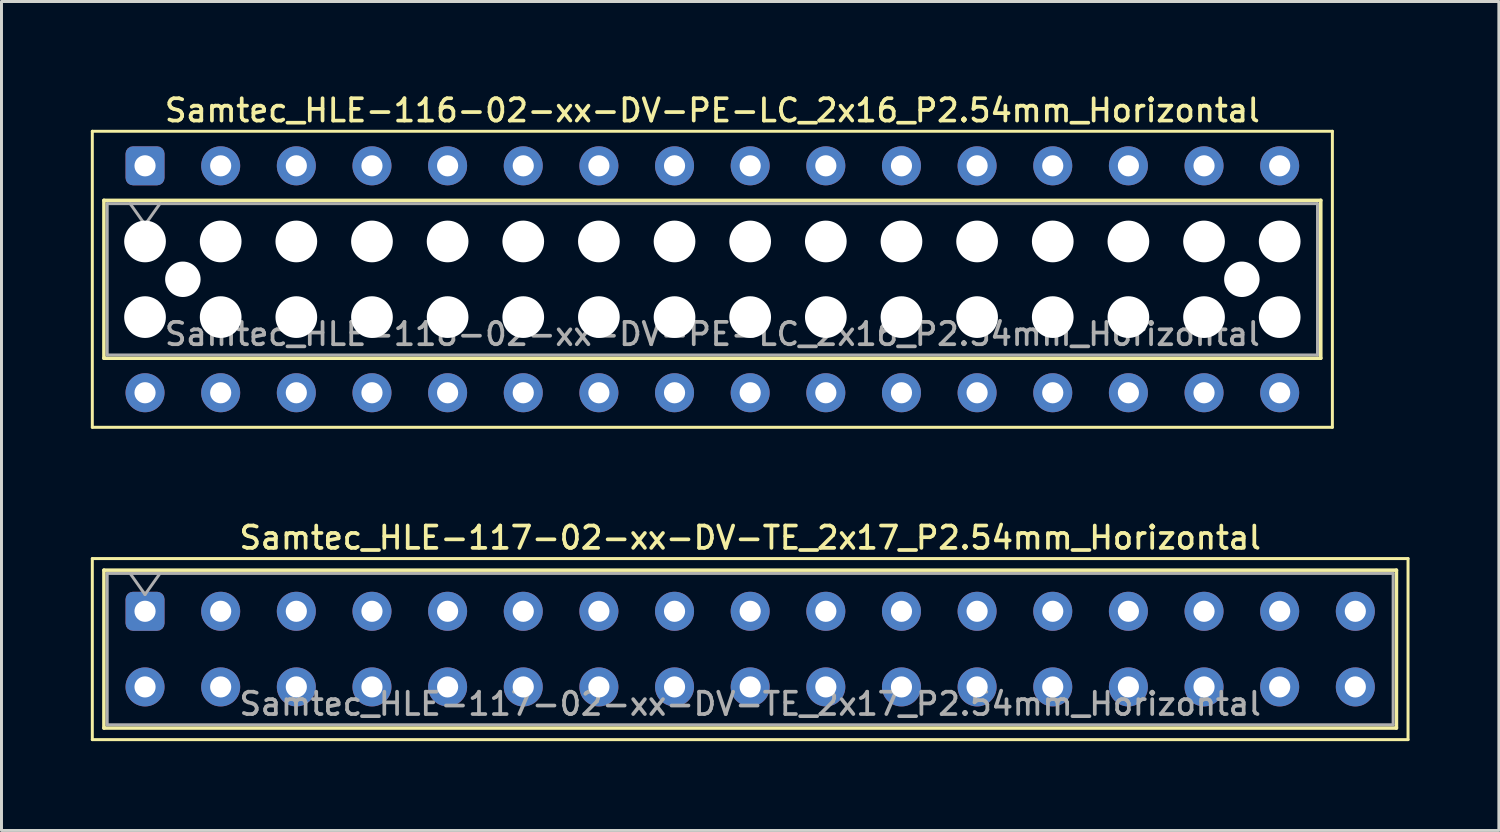
<source format=kicad_pcb>
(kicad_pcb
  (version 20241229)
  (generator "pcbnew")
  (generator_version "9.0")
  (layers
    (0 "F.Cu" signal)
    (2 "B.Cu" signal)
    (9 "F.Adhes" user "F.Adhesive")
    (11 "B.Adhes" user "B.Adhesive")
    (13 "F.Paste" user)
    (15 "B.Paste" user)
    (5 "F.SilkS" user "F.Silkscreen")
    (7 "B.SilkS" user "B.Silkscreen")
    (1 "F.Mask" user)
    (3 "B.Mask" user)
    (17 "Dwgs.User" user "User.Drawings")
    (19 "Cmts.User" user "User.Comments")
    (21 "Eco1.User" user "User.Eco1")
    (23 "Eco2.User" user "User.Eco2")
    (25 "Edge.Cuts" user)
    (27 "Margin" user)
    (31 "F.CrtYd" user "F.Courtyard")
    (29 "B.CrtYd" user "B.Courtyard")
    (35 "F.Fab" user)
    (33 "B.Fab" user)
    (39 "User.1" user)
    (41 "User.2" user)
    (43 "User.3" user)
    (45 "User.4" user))
  (footprint "Samtec_HLE-117-02-xx-DV-TE_2x17_P2.54mm_Horizontal"
    (layer "F.Cu")
    (at 1.82 17.476)
    (property "Reference" "Samtec_HLE-117-02-xx-DV-TE_2x17_P2.54mm_Horizontal" (at 20.32 -2.47 0) (layer "F.SilkS") (effects (font (size 0.75 0.75) (thickness 0.125))))
    (attr through_hole)
    (fp_line (start -1.77 -1.77) (end 42.41 -1.77) (stroke (width 0.1) (type solid)) (layer "F.SilkS"))
    (fp_line (start -1.77 4.31) (end -1.77 -1.77) (stroke (width 0.1) (type solid)) (layer "F.SilkS"))
    (fp_line (start -1.38 -1.38) (end 42.02 -1.38) (stroke (width 0.12) (type solid)) (layer "F.SilkS"))
    (fp_line (start -1.38 3.92) (end -1.38 -1.38) (stroke (width 0.12) (type solid)) (layer "F.SilkS"))
    (fp_line (start 42.02 -1.38) (end 42.02 3.92) (stroke (width 0.12) (type solid)) (layer "F.SilkS"))
    (fp_line (start 42.02 3.92) (end -1.38 3.92) (stroke (width 0.12) (type solid)) (layer "F.SilkS"))
    (fp_line (start 42.41 -1.77) (end 42.41 4.31) (stroke (width 0.1) (type solid)) (layer "F.SilkS"))
    (fp_line (start 42.41 4.31) (end -1.77 4.31) (stroke (width 0.1) (type solid)) (layer "F.SilkS"))
    (fp_line (start -1.27 -1.27) (end 41.91 -1.27) (stroke (width 0.1) (type solid)) (layer "F.Fab"))
    (fp_line (start -1.27 3.81) (end -1.27 -1.27) (stroke (width 0.1) (type solid)) (layer "F.Fab"))
    (fp_line (start -0.5 -1.27) (end 0 -0.563) (stroke (width 0.1) (type solid)) (layer "F.Fab"))
    (fp_line (start 0 -0.563) (end 0.5 -1.27) (stroke (width 0.1) (type solid)) (layer "F.Fab"))
    (fp_line (start 41.91 -1.27) (end 41.91 3.81) (stroke (width 0.1) (type solid)) (layer "F.Fab"))
    (fp_line (start 41.91 3.81) (end -1.27 3.81) (stroke (width 0.1) (type solid)) (layer "F.Fab"))
    (fp_text user "${REFERENCE}" (at 20.32 3.11 0) (layer "F.Fab") (effects (font (size 0.75 0.75) (thickness 0.125))))
    (pad "1" thru_hole roundrect (at 0 0) (size 1.31 1.31) (drill 0.71) (layers "*.Cu" "*.Mask") (roundrect_rratio 0.191))
    (pad "2" thru_hole circle (at 0 2.54) (size 1.31 1.31) (drill 0.71) (layers "*.Cu" "*.Mask"))
    (pad "3" thru_hole circle (at 2.54 0) (size 1.31 1.31) (drill 0.71) (layers "*.Cu" "*.Mask"))
    (pad "4" thru_hole circle (at 2.54 2.54) (size 1.31 1.31) (drill 0.71) (layers "*.Cu" "*.Mask"))
    (pad "5" thru_hole circle (at 5.08 0) (size 1.31 1.31) (drill 0.71) (layers "*.Cu" "*.Mask"))
    (pad "6" thru_hole circle (at 5.08 2.54) (size 1.31 1.31) (drill 0.71) (layers "*.Cu" "*.Mask"))
    (pad "7" thru_hole circle (at 7.62 0) (size 1.31 1.31) (drill 0.71) (layers "*.Cu" "*.Mask"))
    (pad "8" thru_hole circle (at 7.62 2.54) (size 1.31 1.31) (drill 0.71) (layers "*.Cu" "*.Mask"))
    (pad "9" thru_hole circle (at 10.16 0) (size 1.31 1.31) (drill 0.71) (layers "*.Cu" "*.Mask"))
    (pad "10" thru_hole circle (at 10.16 2.54) (size 1.31 1.31) (drill 0.71) (layers "*.Cu" "*.Mask"))
    (pad "11" thru_hole circle (at 12.7 0) (size 1.31 1.31) (drill 0.71) (layers "*.Cu" "*.Mask"))
    (pad "12" thru_hole circle (at 12.7 2.54) (size 1.31 1.31) (drill 0.71) (layers "*.Cu" "*.Mask"))
    (pad "13" thru_hole circle (at 15.24 0) (size 1.31 1.31) (drill 0.71) (layers "*.Cu" "*.Mask"))
    (pad "14" thru_hole circle (at 15.24 2.54) (size 1.31 1.31) (drill 0.71) (layers "*.Cu" "*.Mask"))
    (pad "15" thru_hole circle (at 17.78 0) (size 1.31 1.31) (drill 0.71) (layers "*.Cu" "*.Mask"))
    (pad "16" thru_hole circle (at 17.78 2.54) (size 1.31 1.31) (drill 0.71) (layers "*.Cu" "*.Mask"))
    (pad "17" thru_hole circle (at 20.32 0) (size 1.31 1.31) (drill 0.71) (layers "*.Cu" "*.Mask"))
    (pad "18" thru_hole circle (at 20.32 2.54) (size 1.31 1.31) (drill 0.71) (layers "*.Cu" "*.Mask"))
    (pad "19" thru_hole circle (at 22.86 0) (size 1.31 1.31) (drill 0.71) (layers "*.Cu" "*.Mask"))
    (pad "20" thru_hole circle (at 22.86 2.54) (size 1.31 1.31) (drill 0.71) (layers "*.Cu" "*.Mask"))
    (pad "21" thru_hole circle (at 25.4 0) (size 1.31 1.31) (drill 0.71) (layers "*.Cu" "*.Mask"))
    (pad "22" thru_hole circle (at 25.4 2.54) (size 1.31 1.31) (drill 0.71) (layers "*.Cu" "*.Mask"))
    (pad "23" thru_hole circle (at 27.94 0) (size 1.31 1.31) (drill 0.71) (layers "*.Cu" "*.Mask"))
    (pad "24" thru_hole circle (at 27.94 2.54) (size 1.31 1.31) (drill 0.71) (layers "*.Cu" "*.Mask"))
    (pad "25" thru_hole circle (at 30.48 0) (size 1.31 1.31) (drill 0.71) (layers "*.Cu" "*.Mask"))
    (pad "26" thru_hole circle (at 30.48 2.54) (size 1.31 1.31) (drill 0.71) (layers "*.Cu" "*.Mask"))
    (pad "27" thru_hole circle (at 33.02 0) (size 1.31 1.31) (drill 0.71) (layers "*.Cu" "*.Mask"))
    (pad "28" thru_hole circle (at 33.02 2.54) (size 1.31 1.31) (drill 0.71) (layers "*.Cu" "*.Mask"))
    (pad "29" thru_hole circle (at 35.56 0) (size 1.31 1.31) (drill 0.71) (layers "*.Cu" "*.Mask"))
    (pad "30" thru_hole circle (at 35.56 2.54) (size 1.31 1.31) (drill 0.71) (layers "*.Cu" "*.Mask"))
    (pad "31" thru_hole circle (at 38.1 0) (size 1.31 1.31) (drill 0.71) (layers "*.Cu" "*.Mask"))
    (pad "32" thru_hole circle (at 38.1 2.54) (size 1.31 1.31) (drill 0.71) (layers "*.Cu" "*.Mask"))
    (pad "33" thru_hole circle (at 40.64 0) (size 1.31 1.31) (drill 0.71) (layers "*.Cu" "*.Mask"))
    (pad "34" thru_hole circle (at 40.64 2.54) (size 1.31 1.31) (drill 0.71) (layers "*.Cu" "*.Mask")))
  (footprint "Samtec_HLE-116-02-xx-DV-PE-LC_2x16_P2.54mm_Horizontal"
    (layer "F.Cu")
    (at 1.82 2.518)
    (property "Reference" "Samtec_HLE-116-02-xx-DV-PE-LC_2x16_P2.54mm_Horizontal" (at 19.05 -1.86 0) (layer "F.SilkS") (effects (font (size 0.75 0.75) (thickness 0.125))))
    (attr through_hole)
    (fp_line (start -1.77 -1.16) (end 39.87 -1.16) (stroke (width 0.1) (type solid)) (layer "F.SilkS"))
    (fp_line (start -1.77 8.78) (end -1.77 -1.16) (stroke (width 0.1) (type solid)) (layer "F.SilkS"))
    (fp_line (start -1.38 1.16) (end 39.48 1.16) (stroke (width 0.12) (type solid)) (layer "F.SilkS"))
    (fp_line (start -1.38 6.46) (end -1.38 1.16) (stroke (width 0.12) (type solid)) (layer "F.SilkS"))
    (fp_line (start 39.48 1.16) (end 39.48 6.46) (stroke (width 0.12) (type solid)) (layer "F.SilkS"))
    (fp_line (start 39.48 6.46) (end -1.38 6.46) (stroke (width 0.12) (type solid)) (layer "F.SilkS"))
    (fp_line (start 39.87 -1.16) (end 39.87 8.78) (stroke (width 0.1) (type solid)) (layer "F.SilkS"))
    (fp_line (start 39.87 8.78) (end -1.77 8.78) (stroke (width 0.1) (type solid)) (layer "F.SilkS"))
    (fp_line (start -1.27 1.27) (end 39.37 1.27) (stroke (width 0.1) (type solid)) (layer "F.Fab"))
    (fp_line (start -1.27 6.35) (end -1.27 1.27) (stroke (width 0.1) (type solid)) (layer "F.Fab"))
    (fp_line (start -0.5 1.27) (end 0 1.977) (stroke (width 0.1) (type solid)) (layer "F.Fab"))
    (fp_line (start 0 1.977) (end 0.5 1.27) (stroke (width 0.1) (type solid)) (layer "F.Fab"))
    (fp_line (start 39.37 1.27) (end 39.37 6.35) (stroke (width 0.1) (type solid)) (layer "F.Fab"))
    (fp_line (start 39.37 6.35) (end -1.27 6.35) (stroke (width 0.1) (type solid)) (layer "F.Fab"))
    (fp_text user "${REFERENCE}" (at 19.05 5.65 0) (layer "F.Fab") (effects (font (size 0.75 0.75) (thickness 0.125))))
    (pad "" np_thru_hole circle (at 0 2.54) (size 1.4 1.4) (drill 1.4) (layers "*.Cu" "*.Mask"))
    (pad "" np_thru_hole circle (at 0 5.08) (size 1.4 1.4) (drill 1.4) (layers "*.Cu" "*.Mask"))
    (pad "" np_thru_hole circle (at 1.27 3.81) (size 1.19 1.19) (drill 1.19) (layers "*.Cu" "*.Mask"))
    (pad "" np_thru_hole circle (at 2.54 2.54) (size 1.4 1.4) (drill 1.4) (layers "*.Cu" "*.Mask"))
    (pad "" np_thru_hole circle (at 2.54 5.08) (size 1.4 1.4) (drill 1.4) (layers "*.Cu" "*.Mask"))
    (pad "" np_thru_hole circle (at 5.08 2.54) (size 1.4 1.4) (drill 1.4) (layers "*.Cu" "*.Mask"))
    (pad "" np_thru_hole circle (at 5.08 5.08) (size 1.4 1.4) (drill 1.4) (layers "*.Cu" "*.Mask"))
    (pad "" np_thru_hole circle (at 7.62 2.54) (size 1.4 1.4) (drill 1.4) (layers "*.Cu" "*.Mask"))
    (pad "" np_thru_hole circle (at 7.62 5.08) (size 1.4 1.4) (drill 1.4) (layers "*.Cu" "*.Mask"))
    (pad "" np_thru_hole circle (at 10.16 2.54) (size 1.4 1.4) (drill 1.4) (layers "*.Cu" "*.Mask"))
    (pad "" np_thru_hole circle (at 10.16 5.08) (size 1.4 1.4) (drill 1.4) (layers "*.Cu" "*.Mask"))
    (pad "" np_thru_hole circle (at 12.7 2.54) (size 1.4 1.4) (drill 1.4) (layers "*.Cu" "*.Mask"))
    (pad "" np_thru_hole circle (at 12.7 5.08) (size 1.4 1.4) (drill 1.4) (layers "*.Cu" "*.Mask"))
    (pad "" np_thru_hole circle (at 15.24 2.54) (size 1.4 1.4) (drill 1.4) (layers "*.Cu" "*.Mask"))
    (pad "" np_thru_hole circle (at 15.24 5.08) (size 1.4 1.4) (drill 1.4) (layers "*.Cu" "*.Mask"))
    (pad "" np_thru_hole circle (at 17.78 2.54) (size 1.4 1.4) (drill 1.4) (layers "*.Cu" "*.Mask"))
    (pad "" np_thru_hole circle (at 17.78 5.08) (size 1.4 1.4) (drill 1.4) (layers "*.Cu" "*.Mask"))
    (pad "" np_thru_hole circle (at 20.32 2.54) (size 1.4 1.4) (drill 1.4) (layers "*.Cu" "*.Mask"))
    (pad "" np_thru_hole circle (at 20.32 5.08) (size 1.4 1.4) (drill 1.4) (layers "*.Cu" "*.Mask"))
    (pad "" np_thru_hole circle (at 22.86 2.54) (size 1.4 1.4) (drill 1.4) (layers "*.Cu" "*.Mask"))
    (pad "" np_thru_hole circle (at 22.86 5.08) (size 1.4 1.4) (drill 1.4) (layers "*.Cu" "*.Mask"))
    (pad "" np_thru_hole circle (at 25.4 2.54) (size 1.4 1.4) (drill 1.4) (layers "*.Cu" "*.Mask"))
    (pad "" np_thru_hole circle (at 25.4 5.08) (size 1.4 1.4) (drill 1.4) (layers "*.Cu" "*.Mask"))
    (pad "" np_thru_hole circle (at 27.94 2.54) (size 1.4 1.4) (drill 1.4) (layers "*.Cu" "*.Mask"))
    (pad "" np_thru_hole circle (at 27.94 5.08) (size 1.4 1.4) (drill 1.4) (layers "*.Cu" "*.Mask"))
    (pad "" np_thru_hole circle (at 30.48 2.54) (size 1.4 1.4) (drill 1.4) (layers "*.Cu" "*.Mask"))
    (pad "" np_thru_hole circle (at 30.48 5.08) (size 1.4 1.4) (drill 1.4) (layers "*.Cu" "*.Mask"))
    (pad "" np_thru_hole circle (at 33.02 2.54) (size 1.4 1.4) (drill 1.4) (layers "*.Cu" "*.Mask"))
    (pad "" np_thru_hole circle (at 33.02 5.08) (size 1.4 1.4) (drill 1.4) (layers "*.Cu" "*.Mask"))
    (pad "" np_thru_hole circle (at 35.56 2.54) (size 1.4 1.4) (drill 1.4) (layers "*.Cu" "*.Mask"))
    (pad "" np_thru_hole circle (at 35.56 5.08) (size 1.4 1.4) (drill 1.4) (layers "*.Cu" "*.Mask"))
    (pad "" np_thru_hole circle (at 36.83 3.81) (size 1.19 1.19) (drill 1.19) (layers "*.Cu" "*.Mask"))
    (pad "" np_thru_hole circle (at 38.1 2.54) (size 1.4 1.4) (drill 1.4) (layers "*.Cu" "*.Mask"))
    (pad "" np_thru_hole circle (at 38.1 5.08) (size 1.4 1.4) (drill 1.4) (layers "*.Cu" "*.Mask"))
    (pad "1" thru_hole roundrect (at 0 0) (size 1.31 1.31) (drill 0.71) (layers "*.Cu" "*.Mask") (roundrect_rratio 0.191))
    (pad "2" thru_hole circle (at 0 7.62) (size 1.31 1.31) (drill 0.71) (layers "*.Cu" "*.Mask"))
    (pad "3" thru_hole circle (at 2.54 0) (size 1.31 1.31) (drill 0.71) (layers "*.Cu" "*.Mask"))
    (pad "4" thru_hole circle (at 2.54 7.62) (size 1.31 1.31) (drill 0.71) (layers "*.Cu" "*.Mask"))
    (pad "5" thru_hole circle (at 5.08 0) (size 1.31 1.31) (drill 0.71) (layers "*.Cu" "*.Mask"))
    (pad "6" thru_hole circle (at 5.08 7.62) (size 1.31 1.31) (drill 0.71) (layers "*.Cu" "*.Mask"))
    (pad "7" thru_hole circle (at 7.62 0) (size 1.31 1.31) (drill 0.71) (layers "*.Cu" "*.Mask"))
    (pad "8" thru_hole circle (at 7.62 7.62) (size 1.31 1.31) (drill 0.71) (layers "*.Cu" "*.Mask"))
    (pad "9" thru_hole circle (at 10.16 0) (size 1.31 1.31) (drill 0.71) (layers "*.Cu" "*.Mask"))
    (pad "10" thru_hole circle (at 10.16 7.62) (size 1.31 1.31) (drill 0.71) (layers "*.Cu" "*.Mask"))
    (pad "11" thru_hole circle (at 12.7 0) (size 1.31 1.31) (drill 0.71) (layers "*.Cu" "*.Mask"))
    (pad "12" thru_hole circle (at 12.7 7.62) (size 1.31 1.31) (drill 0.71) (layers "*.Cu" "*.Mask"))
    (pad "13" thru_hole circle (at 15.24 0) (size 1.31 1.31) (drill 0.71) (layers "*.Cu" "*.Mask"))
    (pad "14" thru_hole circle (at 15.24 7.62) (size 1.31 1.31) (drill 0.71) (layers "*.Cu" "*.Mask"))
    (pad "15" thru_hole circle (at 17.78 0) (size 1.31 1.31) (drill 0.71) (layers "*.Cu" "*.Mask"))
    (pad "16" thru_hole circle (at 17.78 7.62) (size 1.31 1.31) (drill 0.71) (layers "*.Cu" "*.Mask"))
    (pad "17" thru_hole circle (at 20.32 0) (size 1.31 1.31) (drill 0.71) (layers "*.Cu" "*.Mask"))
    (pad "18" thru_hole circle (at 20.32 7.62) (size 1.31 1.31) (drill 0.71) (layers "*.Cu" "*.Mask"))
    (pad "19" thru_hole circle (at 22.86 0) (size 1.31 1.31) (drill 0.71) (layers "*.Cu" "*.Mask"))
    (pad "20" thru_hole circle (at 22.86 7.62) (size 1.31 1.31) (drill 0.71) (layers "*.Cu" "*.Mask"))
    (pad "21" thru_hole circle (at 25.4 0) (size 1.31 1.31) (drill 0.71) (layers "*.Cu" "*.Mask"))
    (pad "22" thru_hole circle (at 25.4 7.62) (size 1.31 1.31) (drill 0.71) (layers "*.Cu" "*.Mask"))
    (pad "23" thru_hole circle (at 27.94 0) (size 1.31 1.31) (drill 0.71) (layers "*.Cu" "*.Mask"))
    (pad "24" thru_hole circle (at 27.94 7.62) (size 1.31 1.31) (drill 0.71) (layers "*.Cu" "*.Mask"))
    (pad "25" thru_hole circle (at 30.48 0) (size 1.31 1.31) (drill 0.71) (layers "*.Cu" "*.Mask"))
    (pad "26" thru_hole circle (at 30.48 7.62) (size 1.31 1.31) (drill 0.71) (layers "*.Cu" "*.Mask"))
    (pad "27" thru_hole circle (at 33.02 0) (size 1.31 1.31) (drill 0.71) (layers "*.Cu" "*.Mask"))
    (pad "28" thru_hole circle (at 33.02 7.62) (size 1.31 1.31) (drill 0.71) (layers "*.Cu" "*.Mask"))
    (pad "29" thru_hole circle (at 35.56 0) (size 1.31 1.31) (drill 0.71) (layers "*.Cu" "*.Mask"))
    (pad "30" thru_hole circle (at 35.56 7.62) (size 1.31 1.31) (drill 0.71) (layers "*.Cu" "*.Mask"))
    (pad "31" thru_hole circle (at 38.1 0) (size 1.31 1.31) (drill 0.71) (layers "*.Cu" "*.Mask"))
    (pad "32" thru_hole circle (at 38.1 7.62) (size 1.31 1.31) (drill 0.71) (layers "*.Cu" "*.Mask")))
  (gr_rect
    (start -3 -3)
    (end 47.28 24.836)
    (stroke (width 0.1) (type default))
    (fill no)
    (layer "Edge.Cuts")))
</source>
